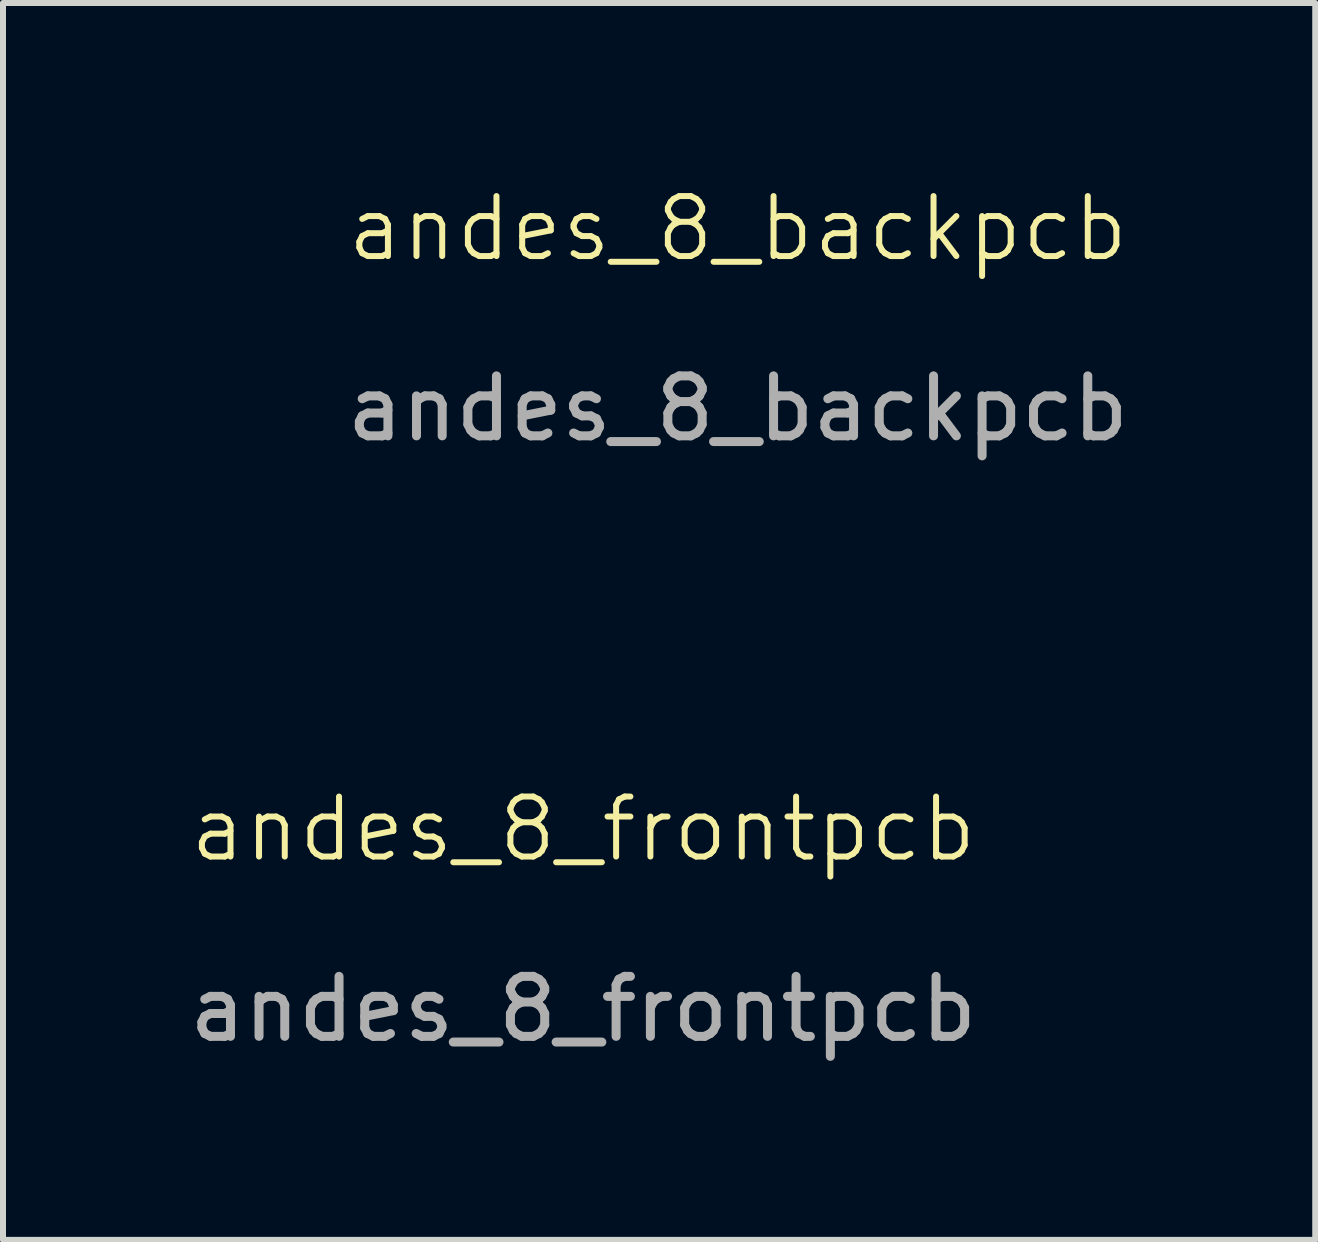
<source format=kicad_pcb>
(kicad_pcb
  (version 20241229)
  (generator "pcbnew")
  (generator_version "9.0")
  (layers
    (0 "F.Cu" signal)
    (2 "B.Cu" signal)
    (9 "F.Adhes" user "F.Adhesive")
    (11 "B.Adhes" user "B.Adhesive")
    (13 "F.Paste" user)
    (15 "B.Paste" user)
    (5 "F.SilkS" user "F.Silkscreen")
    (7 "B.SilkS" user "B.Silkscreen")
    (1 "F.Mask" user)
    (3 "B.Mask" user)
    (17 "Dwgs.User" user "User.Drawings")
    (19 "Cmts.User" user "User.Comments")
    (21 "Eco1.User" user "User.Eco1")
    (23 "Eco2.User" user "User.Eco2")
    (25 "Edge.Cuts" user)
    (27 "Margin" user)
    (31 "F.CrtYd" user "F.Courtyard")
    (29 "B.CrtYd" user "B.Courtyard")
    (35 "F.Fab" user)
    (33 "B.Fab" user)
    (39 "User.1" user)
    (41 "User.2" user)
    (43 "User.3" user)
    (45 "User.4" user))
  (footprint "andes_8_backpcb"
    (layer "F.Cu")
    (at 0.25 6.761)
    (property "Reference" "andes_8_backpcb" (at 9 -6 0) (unlocked yes) (layer "F.SilkS") (effects (font (size 1 1) (thickness 0.1))))
    (fp_text user "${REFERENCE}" (at 9 -3 0) (unlocked yes) (layer "F.Fab") (effects (font (size 1 1) (thickness 0.15)))))
  (footprint "andes_8_frontpcb"
    (layer "F.Cu")
    (at 6.673 11.271)
    (property "Reference" "andes_8_frontpcb" (at 0 -0.5 0) (unlocked yes) (layer "F.SilkS") (effects (font (size 1 1) (thickness 0.1))))
    (fp_text user "${REFERENCE}" (at 0 2.5 0) (unlocked yes) (layer "F.Fab") (effects (font (size 1 1) (thickness 0.15)))))
  (gr_rect
    (start -3 -3)
    (end 18.875 17.619)
    (stroke (width 0.1) (type default))
    (fill no)
    (layer "Edge.Cuts")))
</source>
